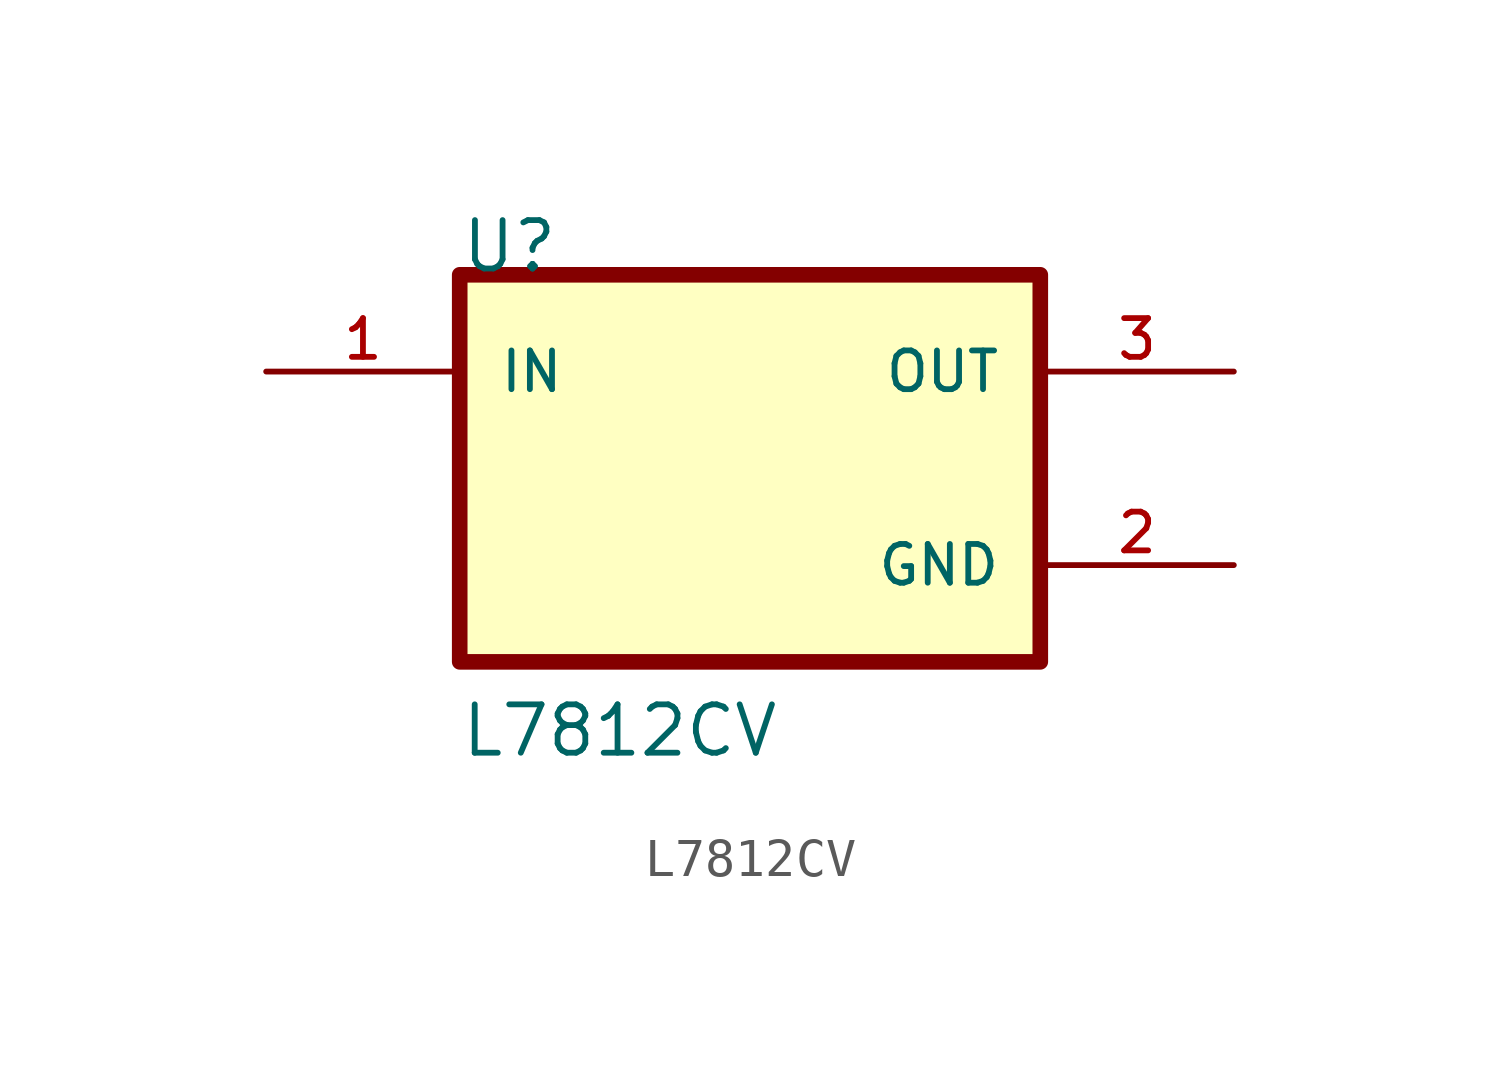
<source format=kicad_sym>
(kicad_symbol_lib
  (version 20231120)
  (generator "kicad_symbol_editor")
  (generator_version "8.0")
  (symbol "L7812CV"
    (pin_names
      (offset 1.016))
    (property "Reference" "U"
      (at -7.623 5.082 0)
      (effects (font (size 1.27 1.27)) (justify left bottom)))
    (property "Value" "L7812CV"
      (at -7.629 -7.629 0)
      (effects (font (size 1.27 1.27)) (justify left bottom)))
    (symbol "L7812CV_0_0"
      (rectangle (start -7.62 -5.08) (end 7.62 5.08) (stroke (width 0.41) (type default)) (fill (type background)))
      (pin input line (at -12.7 2.54 0) (length 5.08) (name "IN" (effects (font (size 1.016 1.016)))) (number "1" (effects (font (size 1.016 1.016)))))
      (pin power_in line (at 12.7 -2.54 180) (length 5.08) (name "GND" (effects (font (size 1.016 1.016)))) (number "2" (effects (font (size 1.016 1.016)))))
      (pin output line (at 12.7 2.54 180) (length 5.08) (name "OUT" (effects (font (size 1.016 1.016)))) (number "3" (effects (font (size 1.016 1.016))))))))
</source>
